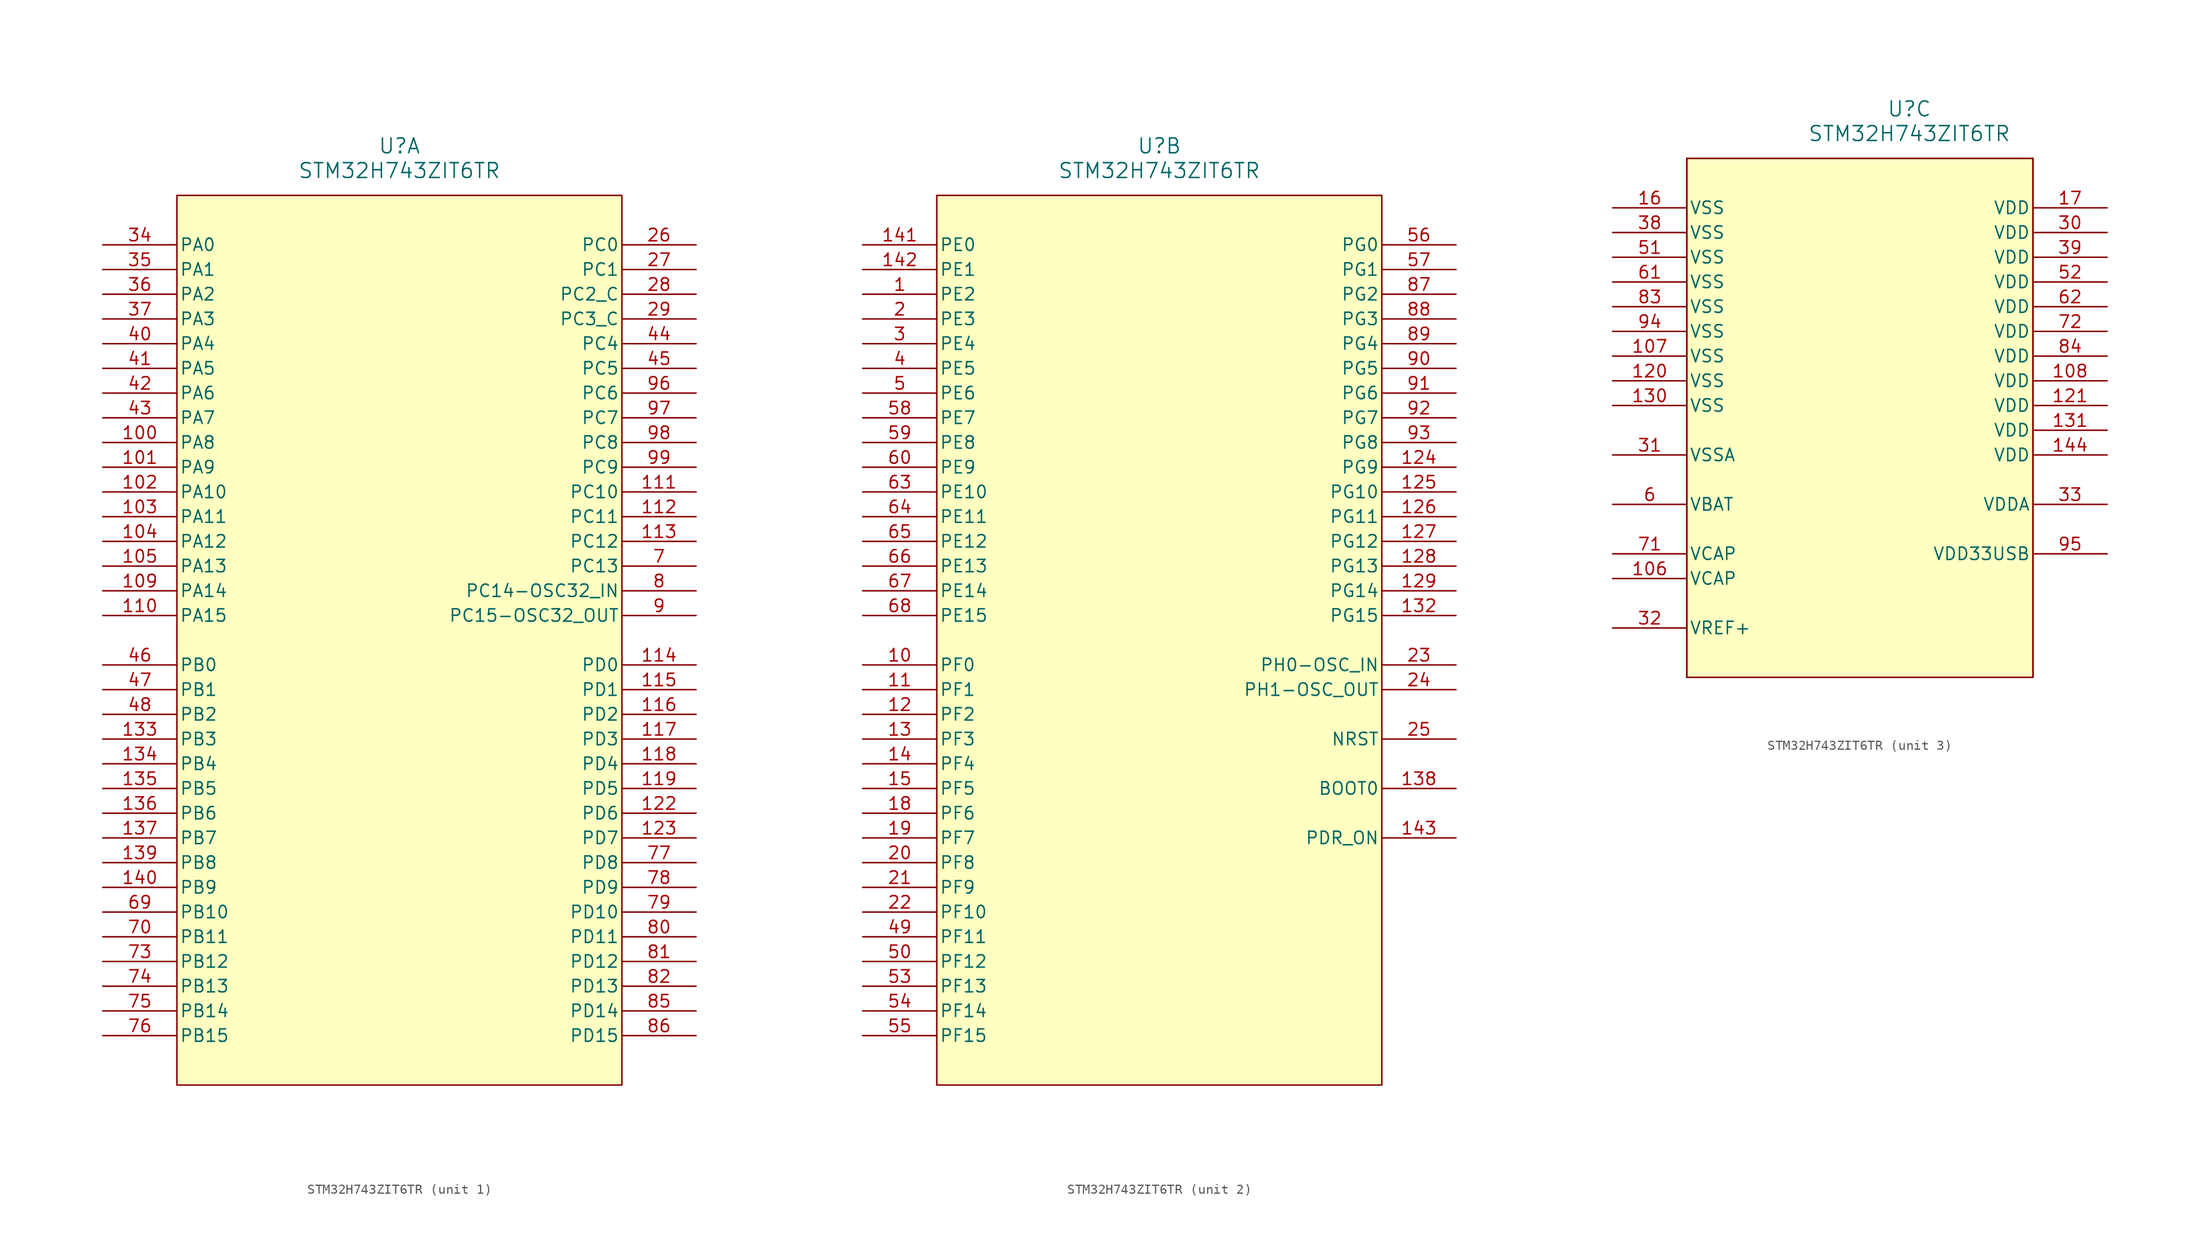
<source format=kicad_sym>
(kicad_symbol_lib
  (version 20241209)
  (generator "kicad_symbol_editor")
  (generator_version "9.0")
  (symbol "STM32H743ZIT6TR"
    (pin_names
      (offset 0.254))
    (property "Reference" "U"
      (at 30.48 10.16 0)
      (effects (font (size 1.524 1.524))))
    (property "Value" "STM32H743ZIT6TR"
      (at 30.48 7.62 0)
      (effects (font (size 1.524 1.524))))
    (property "ki_locked" ""
      (at 0 0 0)
      (effects (font (size 1.27 1.27))))
    (symbol "STM32H743ZIT6TR_1_1"
      (rectangle (start 7.62 5.08) (end 53.34 -86.36) (stroke (width 0) (type solid)) (fill (type background)))
      (pin bidirectional line (at 0 0 0) (length 7.62) (name "PA0" (effects (font (size 1.27 1.27)))) (number "34" (effects (font (size 1.27 1.27)))))
      (pin bidirectional line (at 0 -2.54 0) (length 7.62) (name "PA1" (effects (font (size 1.27 1.27)))) (number "35" (effects (font (size 1.27 1.27)))))
      (pin bidirectional line (at 0 -5.08 0) (length 7.62) (name "PA2" (effects (font (size 1.27 1.27)))) (number "36" (effects (font (size 1.27 1.27)))))
      (pin bidirectional line (at 0 -7.62 0) (length 7.62) (name "PA3" (effects (font (size 1.27 1.27)))) (number "37" (effects (font (size 1.27 1.27)))))
      (pin bidirectional line (at 0 -10.16 0) (length 7.62) (name "PA4" (effects (font (size 1.27 1.27)))) (number "40" (effects (font (size 1.27 1.27)))))
      (pin bidirectional line (at 0 -12.7 0) (length 7.62) (name "PA5" (effects (font (size 1.27 1.27)))) (number "41" (effects (font (size 1.27 1.27)))))
      (pin bidirectional line (at 0 -15.24 0) (length 7.62) (name "PA6" (effects (font (size 1.27 1.27)))) (number "42" (effects (font (size 1.27 1.27)))))
      (pin bidirectional line (at 0 -17.78 0) (length 7.62) (name "PA7" (effects (font (size 1.27 1.27)))) (number "43" (effects (font (size 1.27 1.27)))))
      (pin bidirectional line (at 0 -20.32 0) (length 7.62) (name "PA8" (effects (font (size 1.27 1.27)))) (number "100" (effects (font (size 1.27 1.27)))))
      (pin bidirectional line (at 0 -22.86 0) (length 7.62) (name "PA9" (effects (font (size 1.27 1.27)))) (number "101" (effects (font (size 1.27 1.27)))))
      (pin bidirectional line (at 0 -25.4 0) (length 7.62) (name "PA10" (effects (font (size 1.27 1.27)))) (number "102" (effects (font (size 1.27 1.27)))))
      (pin bidirectional line (at 0 -27.94 0) (length 7.62) (name "PA11" (effects (font (size 1.27 1.27)))) (number "103" (effects (font (size 1.27 1.27)))))
      (pin bidirectional line (at 0 -30.48 0) (length 7.62) (name "PA12" (effects (font (size 1.27 1.27)))) (number "104" (effects (font (size 1.27 1.27)))))
      (pin bidirectional line (at 0 -33.02 0) (length 7.62) (name "PA13" (effects (font (size 1.27 1.27)))) (number "105" (effects (font (size 1.27 1.27)))))
      (pin bidirectional line (at 0 -35.56 0) (length 7.62) (name "PA14" (effects (font (size 1.27 1.27)))) (number "109" (effects (font (size 1.27 1.27)))))
      (pin bidirectional line (at 0 -38.1 0) (length 7.62) (name "PA15" (effects (font (size 1.27 1.27)))) (number "110" (effects (font (size 1.27 1.27)))))
      (pin bidirectional line (at 0 -43.18 0) (length 7.62) (name "PB0" (effects (font (size 1.27 1.27)))) (number "46" (effects (font (size 1.27 1.27)))))
      (pin bidirectional line (at 0 -45.72 0) (length 7.62) (name "PB1" (effects (font (size 1.27 1.27)))) (number "47" (effects (font (size 1.27 1.27)))))
      (pin bidirectional line (at 0 -48.26 0) (length 7.62) (name "PB2" (effects (font (size 1.27 1.27)))) (number "48" (effects (font (size 1.27 1.27)))))
      (pin bidirectional line (at 0 -50.8 0) (length 7.62) (name "PB3" (effects (font (size 1.27 1.27)))) (number "133" (effects (font (size 1.27 1.27)))))
      (pin bidirectional line (at 0 -53.34 0) (length 7.62) (name "PB4" (effects (font (size 1.27 1.27)))) (number "134" (effects (font (size 1.27 1.27)))))
      (pin bidirectional line (at 0 -55.88 0) (length 7.62) (name "PB5" (effects (font (size 1.27 1.27)))) (number "135" (effects (font (size 1.27 1.27)))))
      (pin bidirectional line (at 0 -58.42 0) (length 7.62) (name "PB6" (effects (font (size 1.27 1.27)))) (number "136" (effects (font (size 1.27 1.27)))))
      (pin bidirectional line (at 0 -60.96 0) (length 7.62) (name "PB7" (effects (font (size 1.27 1.27)))) (number "137" (effects (font (size 1.27 1.27)))))
      (pin bidirectional line (at 0 -63.5 0) (length 7.62) (name "PB8" (effects (font (size 1.27 1.27)))) (number "139" (effects (font (size 1.27 1.27)))))
      (pin bidirectional line (at 0 -66.04 0) (length 7.62) (name "PB9" (effects (font (size 1.27 1.27)))) (number "140" (effects (font (size 1.27 1.27)))))
      (pin bidirectional line (at 0 -68.58 0) (length 7.62) (name "PB10" (effects (font (size 1.27 1.27)))) (number "69" (effects (font (size 1.27 1.27)))))
      (pin bidirectional line (at 0 -71.12 0) (length 7.62) (name "PB11" (effects (font (size 1.27 1.27)))) (number "70" (effects (font (size 1.27 1.27)))))
      (pin bidirectional line (at 0 -73.66 0) (length 7.62) (name "PB12" (effects (font (size 1.27 1.27)))) (number "73" (effects (font (size 1.27 1.27)))))
      (pin bidirectional line (at 0 -76.2 0) (length 7.62) (name "PB13" (effects (font (size 1.27 1.27)))) (number "74" (effects (font (size 1.27 1.27)))))
      (pin bidirectional line (at 0 -78.74 0) (length 7.62) (name "PB14" (effects (font (size 1.27 1.27)))) (number "75" (effects (font (size 1.27 1.27)))))
      (pin bidirectional line (at 0 -81.28 0) (length 7.62) (name "PB15" (effects (font (size 1.27 1.27)))) (number "76" (effects (font (size 1.27 1.27)))))
      (pin bidirectional line (at 60.96 0 180) (length 7.62) (name "PC0" (effects (font (size 1.27 1.27)))) (number "26" (effects (font (size 1.27 1.27)))))
      (pin bidirectional line (at 60.96 -2.54 180) (length 7.62) (name "PC1" (effects (font (size 1.27 1.27)))) (number "27" (effects (font (size 1.27 1.27)))))
      (pin bidirectional line (at 60.96 -5.08 180) (length 7.62) (name "PC2_C" (effects (font (size 1.27 1.27)))) (number "28" (effects (font (size 1.27 1.27)))))
      (pin bidirectional line (at 60.96 -7.62 180) (length 7.62) (name "PC3_C" (effects (font (size 1.27 1.27)))) (number "29" (effects (font (size 1.27 1.27)))))
      (pin bidirectional line (at 60.96 -10.16 180) (length 7.62) (name "PC4" (effects (font (size 1.27 1.27)))) (number "44" (effects (font (size 1.27 1.27)))))
      (pin bidirectional line (at 60.96 -12.7 180) (length 7.62) (name "PC5" (effects (font (size 1.27 1.27)))) (number "45" (effects (font (size 1.27 1.27)))))
      (pin bidirectional line (at 60.96 -15.24 180) (length 7.62) (name "PC6" (effects (font (size 1.27 1.27)))) (number "96" (effects (font (size 1.27 1.27)))))
      (pin bidirectional line (at 60.96 -17.78 180) (length 7.62) (name "PC7" (effects (font (size 1.27 1.27)))) (number "97" (effects (font (size 1.27 1.27)))))
      (pin bidirectional line (at 60.96 -20.32 180) (length 7.62) (name "PC8" (effects (font (size 1.27 1.27)))) (number "98" (effects (font (size 1.27 1.27)))))
      (pin bidirectional line (at 60.96 -22.86 180) (length 7.62) (name "PC9" (effects (font (size 1.27 1.27)))) (number "99" (effects (font (size 1.27 1.27)))))
      (pin bidirectional line (at 60.96 -25.4 180) (length 7.62) (name "PC10" (effects (font (size 1.27 1.27)))) (number "111" (effects (font (size 1.27 1.27)))))
      (pin bidirectional line (at 60.96 -27.94 180) (length 7.62) (name "PC11" (effects (font (size 1.27 1.27)))) (number "112" (effects (font (size 1.27 1.27)))))
      (pin bidirectional line (at 60.96 -30.48 180) (length 7.62) (name "PC12" (effects (font (size 1.27 1.27)))) (number "113" (effects (font (size 1.27 1.27)))))
      (pin bidirectional line (at 60.96 -33.02 180) (length 7.62) (name "PC13" (effects (font (size 1.27 1.27)))) (number "7" (effects (font (size 1.27 1.27)))))
      (pin bidirectional line (at 60.96 -35.56 180) (length 7.62) (name "PC14-OSC32_IN" (effects (font (size 1.27 1.27)))) (number "8" (effects (font (size 1.27 1.27)))))
      (pin bidirectional line (at 60.96 -38.1 180) (length 7.62) (name "PC15-OSC32_OUT" (effects (font (size 1.27 1.27)))) (number "9" (effects (font (size 1.27 1.27)))))
      (pin bidirectional line (at 60.96 -43.18 180) (length 7.62) (name "PD0" (effects (font (size 1.27 1.27)))) (number "114" (effects (font (size 1.27 1.27)))))
      (pin bidirectional line (at 60.96 -45.72 180) (length 7.62) (name "PD1" (effects (font (size 1.27 1.27)))) (number "115" (effects (font (size 1.27 1.27)))))
      (pin bidirectional line (at 60.96 -48.26 180) (length 7.62) (name "PD2" (effects (font (size 1.27 1.27)))) (number "116" (effects (font (size 1.27 1.27)))))
      (pin bidirectional line (at 60.96 -50.8 180) (length 7.62) (name "PD3" (effects (font (size 1.27 1.27)))) (number "117" (effects (font (size 1.27 1.27)))))
      (pin bidirectional line (at 60.96 -53.34 180) (length 7.62) (name "PD4" (effects (font (size 1.27 1.27)))) (number "118" (effects (font (size 1.27 1.27)))))
      (pin bidirectional line (at 60.96 -55.88 180) (length 7.62) (name "PD5" (effects (font (size 1.27 1.27)))) (number "119" (effects (font (size 1.27 1.27)))))
      (pin bidirectional line (at 60.96 -58.42 180) (length 7.62) (name "PD6" (effects (font (size 1.27 1.27)))) (number "122" (effects (font (size 1.27 1.27)))))
      (pin bidirectional line (at 60.96 -60.96 180) (length 7.62) (name "PD7" (effects (font (size 1.27 1.27)))) (number "123" (effects (font (size 1.27 1.27)))))
      (pin bidirectional line (at 60.96 -63.5 180) (length 7.62) (name "PD8" (effects (font (size 1.27 1.27)))) (number "77" (effects (font (size 1.27 1.27)))))
      (pin bidirectional line (at 60.96 -66.04 180) (length 7.62) (name "PD9" (effects (font (size 1.27 1.27)))) (number "78" (effects (font (size 1.27 1.27)))))
      (pin bidirectional line (at 60.96 -68.58 180) (length 7.62) (name "PD10" (effects (font (size 1.27 1.27)))) (number "79" (effects (font (size 1.27 1.27)))))
      (pin bidirectional line (at 60.96 -71.12 180) (length 7.62) (name "PD11" (effects (font (size 1.27 1.27)))) (number "80" (effects (font (size 1.27 1.27)))))
      (pin bidirectional line (at 60.96 -73.66 180) (length 7.62) (name "PD12" (effects (font (size 1.27 1.27)))) (number "81" (effects (font (size 1.27 1.27)))))
      (pin bidirectional line (at 60.96 -76.2 180) (length 7.62) (name "PD13" (effects (font (size 1.27 1.27)))) (number "82" (effects (font (size 1.27 1.27)))))
      (pin bidirectional line (at 60.96 -78.74 180) (length 7.62) (name "PD14" (effects (font (size 1.27 1.27)))) (number "85" (effects (font (size 1.27 1.27)))))
      (pin bidirectional line (at 60.96 -81.28 180) (length 7.62) (name "PD15" (effects (font (size 1.27 1.27)))) (number "86" (effects (font (size 1.27 1.27))))))
    (symbol "STM32H743ZIT6TR_2_1"
      (rectangle (start 7.62 5.08) (end 53.34 -86.36) (stroke (width 0) (type solid)) (fill (type background)))
      (pin bidirectional line (at 0 0 0) (length 7.62) (name "PE0" (effects (font (size 1.27 1.27)))) (number "141" (effects (font (size 1.27 1.27)))))
      (pin bidirectional line (at 0 -2.54 0) (length 7.62) (name "PE1" (effects (font (size 1.27 1.27)))) (number "142" (effects (font (size 1.27 1.27)))))
      (pin bidirectional line (at 0 -5.08 0) (length 7.62) (name "PE2" (effects (font (size 1.27 1.27)))) (number "1" (effects (font (size 1.27 1.27)))))
      (pin bidirectional line (at 0 -7.62 0) (length 7.62) (name "PE3" (effects (font (size 1.27 1.27)))) (number "2" (effects (font (size 1.27 1.27)))))
      (pin bidirectional line (at 0 -10.16 0) (length 7.62) (name "PE4" (effects (font (size 1.27 1.27)))) (number "3" (effects (font (size 1.27 1.27)))))
      (pin bidirectional line (at 0 -12.7 0) (length 7.62) (name "PE5" (effects (font (size 1.27 1.27)))) (number "4" (effects (font (size 1.27 1.27)))))
      (pin bidirectional line (at 0 -15.24 0) (length 7.62) (name "PE6" (effects (font (size 1.27 1.27)))) (number "5" (effects (font (size 1.27 1.27)))))
      (pin bidirectional line (at 0 -17.78 0) (length 7.62) (name "PE7" (effects (font (size 1.27 1.27)))) (number "58" (effects (font (size 1.27 1.27)))))
      (pin bidirectional line (at 0 -20.32 0) (length 7.62) (name "PE8" (effects (font (size 1.27 1.27)))) (number "59" (effects (font (size 1.27 1.27)))))
      (pin bidirectional line (at 0 -22.86 0) (length 7.62) (name "PE9" (effects (font (size 1.27 1.27)))) (number "60" (effects (font (size 1.27 1.27)))))
      (pin bidirectional line (at 0 -25.4 0) (length 7.62) (name "PE10" (effects (font (size 1.27 1.27)))) (number "63" (effects (font (size 1.27 1.27)))))
      (pin bidirectional line (at 0 -27.94 0) (length 7.62) (name "PE11" (effects (font (size 1.27 1.27)))) (number "64" (effects (font (size 1.27 1.27)))))
      (pin bidirectional line (at 0 -30.48 0) (length 7.62) (name "PE12" (effects (font (size 1.27 1.27)))) (number "65" (effects (font (size 1.27 1.27)))))
      (pin bidirectional line (at 0 -33.02 0) (length 7.62) (name "PE13" (effects (font (size 1.27 1.27)))) (number "66" (effects (font (size 1.27 1.27)))))
      (pin bidirectional line (at 0 -35.56 0) (length 7.62) (name "PE14" (effects (font (size 1.27 1.27)))) (number "67" (effects (font (size 1.27 1.27)))))
      (pin bidirectional line (at 0 -38.1 0) (length 7.62) (name "PE15" (effects (font (size 1.27 1.27)))) (number "68" (effects (font (size 1.27 1.27)))))
      (pin bidirectional line (at 0 -43.18 0) (length 7.62) (name "PF0" (effects (font (size 1.27 1.27)))) (number "10" (effects (font (size 1.27 1.27)))))
      (pin bidirectional line (at 0 -45.72 0) (length 7.62) (name "PF1" (effects (font (size 1.27 1.27)))) (number "11" (effects (font (size 1.27 1.27)))))
      (pin bidirectional line (at 0 -48.26 0) (length 7.62) (name "PF2" (effects (font (size 1.27 1.27)))) (number "12" (effects (font (size 1.27 1.27)))))
      (pin bidirectional line (at 0 -50.8 0) (length 7.62) (name "PF3" (effects (font (size 1.27 1.27)))) (number "13" (effects (font (size 1.27 1.27)))))
      (pin bidirectional line (at 0 -53.34 0) (length 7.62) (name "PF4" (effects (font (size 1.27 1.27)))) (number "14" (effects (font (size 1.27 1.27)))))
      (pin bidirectional line (at 0 -55.88 0) (length 7.62) (name "PF5" (effects (font (size 1.27 1.27)))) (number "15" (effects (font (size 1.27 1.27)))))
      (pin bidirectional line (at 0 -58.42 0) (length 7.62) (name "PF6" (effects (font (size 1.27 1.27)))) (number "18" (effects (font (size 1.27 1.27)))))
      (pin bidirectional line (at 0 -60.96 0) (length 7.62) (name "PF7" (effects (font (size 1.27 1.27)))) (number "19" (effects (font (size 1.27 1.27)))))
      (pin bidirectional line (at 0 -63.5 0) (length 7.62) (name "PF8" (effects (font (size 1.27 1.27)))) (number "20" (effects (font (size 1.27 1.27)))))
      (pin bidirectional line (at 0 -66.04 0) (length 7.62) (name "PF9" (effects (font (size 1.27 1.27)))) (number "21" (effects (font (size 1.27 1.27)))))
      (pin bidirectional line (at 0 -68.58 0) (length 7.62) (name "PF10" (effects (font (size 1.27 1.27)))) (number "22" (effects (font (size 1.27 1.27)))))
      (pin bidirectional line (at 0 -71.12 0) (length 7.62) (name "PF11" (effects (font (size 1.27 1.27)))) (number "49" (effects (font (size 1.27 1.27)))))
      (pin bidirectional line (at 0 -73.66 0) (length 7.62) (name "PF12" (effects (font (size 1.27 1.27)))) (number "50" (effects (font (size 1.27 1.27)))))
      (pin bidirectional line (at 0 -76.2 0) (length 7.62) (name "PF13" (effects (font (size 1.27 1.27)))) (number "53" (effects (font (size 1.27 1.27)))))
      (pin bidirectional line (at 0 -78.74 0) (length 7.62) (name "PF14" (effects (font (size 1.27 1.27)))) (number "54" (effects (font (size 1.27 1.27)))))
      (pin bidirectional line (at 0 -81.28 0) (length 7.62) (name "PF15" (effects (font (size 1.27 1.27)))) (number "55" (effects (font (size 1.27 1.27)))))
      (pin bidirectional line (at 60.96 0 180) (length 7.62) (name "PG0" (effects (font (size 1.27 1.27)))) (number "56" (effects (font (size 1.27 1.27)))))
      (pin bidirectional line (at 60.96 -2.54 180) (length 7.62) (name "PG1" (effects (font (size 1.27 1.27)))) (number "57" (effects (font (size 1.27 1.27)))))
      (pin bidirectional line (at 60.96 -5.08 180) (length 7.62) (name "PG2" (effects (font (size 1.27 1.27)))) (number "87" (effects (font (size 1.27 1.27)))))
      (pin bidirectional line (at 60.96 -7.62 180) (length 7.62) (name "PG3" (effects (font (size 1.27 1.27)))) (number "88" (effects (font (size 1.27 1.27)))))
      (pin bidirectional line (at 60.96 -10.16 180) (length 7.62) (name "PG4" (effects (font (size 1.27 1.27)))) (number "89" (effects (font (size 1.27 1.27)))))
      (pin bidirectional line (at 60.96 -12.7 180) (length 7.62) (name "PG5" (effects (font (size 1.27 1.27)))) (number "90" (effects (font (size 1.27 1.27)))))
      (pin bidirectional line (at 60.96 -15.24 180) (length 7.62) (name "PG6" (effects (font (size 1.27 1.27)))) (number "91" (effects (font (size 1.27 1.27)))))
      (pin bidirectional line (at 60.96 -17.78 180) (length 7.62) (name "PG7" (effects (font (size 1.27 1.27)))) (number "92" (effects (font (size 1.27 1.27)))))
      (pin bidirectional line (at 60.96 -20.32 180) (length 7.62) (name "PG8" (effects (font (size 1.27 1.27)))) (number "93" (effects (font (size 1.27 1.27)))))
      (pin bidirectional line (at 60.96 -22.86 180) (length 7.62) (name "PG9" (effects (font (size 1.27 1.27)))) (number "124" (effects (font (size 1.27 1.27)))))
      (pin bidirectional line (at 60.96 -25.4 180) (length 7.62) (name "PG10" (effects (font (size 1.27 1.27)))) (number "125" (effects (font (size 1.27 1.27)))))
      (pin bidirectional line (at 60.96 -27.94 180) (length 7.62) (name "PG11" (effects (font (size 1.27 1.27)))) (number "126" (effects (font (size 1.27 1.27)))))
      (pin bidirectional line (at 60.96 -30.48 180) (length 7.62) (name "PG12" (effects (font (size 1.27 1.27)))) (number "127" (effects (font (size 1.27 1.27)))))
      (pin bidirectional line (at 60.96 -33.02 180) (length 7.62) (name "PG13" (effects (font (size 1.27 1.27)))) (number "128" (effects (font (size 1.27 1.27)))))
      (pin bidirectional line (at 60.96 -35.56 180) (length 7.62) (name "PG14" (effects (font (size 1.27 1.27)))) (number "129" (effects (font (size 1.27 1.27)))))
      (pin bidirectional line (at 60.96 -38.1 180) (length 7.62) (name "PG15" (effects (font (size 1.27 1.27)))) (number "132" (effects (font (size 1.27 1.27)))))
      (pin bidirectional line (at 60.96 -43.18 180) (length 7.62) (name "PH0-OSC_IN" (effects (font (size 1.27 1.27)))) (number "23" (effects (font (size 1.27 1.27)))))
      (pin bidirectional line (at 60.96 -45.72 180) (length 7.62) (name "PH1-OSC_OUT" (effects (font (size 1.27 1.27)))) (number "24" (effects (font (size 1.27 1.27)))))
      (pin bidirectional line (at 60.96 -50.8 180) (length 7.62) (name "NRST" (effects (font (size 1.27 1.27)))) (number "25" (effects (font (size 1.27 1.27)))))
      (pin input line (at 60.96 -55.88 180) (length 7.62) (name "BOOT0" (effects (font (size 1.27 1.27)))) (number "138" (effects (font (size 1.27 1.27)))))
      (pin bidirectional line (at 60.96 -60.96 180) (length 7.62) (name "PDR_ON" (effects (font (size 1.27 1.27)))) (number "143" (effects (font (size 1.27 1.27))))))
    (symbol "STM32H743ZIT6TR_3_1"
      (polyline (pts (xy 7.62 5.08) (xy 7.62 -48.26)) (stroke (width 0.127) (type default)) (fill (type none)))
      (rectangle (start 7.62 5.08) (end 43.18 -48.26) (stroke (width 0) (type solid)) (fill (type background)))
      (polyline (pts (xy 7.62 -48.26) (xy 43.18 -48.26)) (stroke (width 0.127) (type default)) (fill (type none)))
      (polyline (pts (xy 43.18 5.08) (xy 7.62 5.08)) (stroke (width 0.127) (type default)) (fill (type none)))
      (polyline (pts (xy 43.18 -48.26) (xy 43.18 5.08)) (stroke (width 0.127) (type default)) (fill (type none)))
      (pin power_in line (at 0 0 0) (length 7.62) (name "VSS" (effects (font (size 1.27 1.27)))) (number "16" (effects (font (size 1.27 1.27)))))
      (pin power_in line (at 0 -2.54 0) (length 7.62) (name "VSS" (effects (font (size 1.27 1.27)))) (number "38" (effects (font (size 1.27 1.27)))))
      (pin power_in line (at 0 -5.08 0) (length 7.62) (name "VSS" (effects (font (size 1.27 1.27)))) (number "51" (effects (font (size 1.27 1.27)))))
      (pin power_in line (at 0 -7.62 0) (length 7.62) (name "VSS" (effects (font (size 1.27 1.27)))) (number "61" (effects (font (size 1.27 1.27)))))
      (pin power_in line (at 0 -10.16 0) (length 7.62) (name "VSS" (effects (font (size 1.27 1.27)))) (number "83" (effects (font (size 1.27 1.27)))))
      (pin power_in line (at 0 -12.7 0) (length 7.62) (name "VSS" (effects (font (size 1.27 1.27)))) (number "94" (effects (font (size 1.27 1.27)))))
      (pin power_in line (at 0 -15.24 0) (length 7.62) (name "VSS" (effects (font (size 1.27 1.27)))) (number "107" (effects (font (size 1.27 1.27)))))
      (pin power_in line (at 0 -17.78 0) (length 7.62) (name "VSS" (effects (font (size 1.27 1.27)))) (number "120" (effects (font (size 1.27 1.27)))))
      (pin power_in line (at 0 -20.32 0) (length 7.62) (name "VSS" (effects (font (size 1.27 1.27)))) (number "130" (effects (font (size 1.27 1.27)))))
      (pin power_in line (at 0 -25.4 0) (length 7.62) (name "VSSA" (effects (font (size 1.27 1.27)))) (number "31" (effects (font (size 1.27 1.27)))))
      (pin power_in line (at 0 -30.48 0) (length 7.62) (name "VBAT" (effects (font (size 1.27 1.27)))) (number "6" (effects (font (size 1.27 1.27)))))
      (pin power_in line (at 0 -35.56 0) (length 7.62) (name "VCAP" (effects (font (size 1.27 1.27)))) (number "71" (effects (font (size 1.27 1.27)))))
      (pin power_in line (at 0 -38.1 0) (length 7.62) (name "VCAP" (effects (font (size 1.27 1.27)))) (number "106" (effects (font (size 1.27 1.27)))))
      (pin power_in line (at 0 -43.18 0) (length 7.62) (name "VREF+" (effects (font (size 1.27 1.27)))) (number "32" (effects (font (size 1.27 1.27)))))
      (pin power_in line (at 50.8 0 180) (length 7.62) (name "VDD" (effects (font (size 1.27 1.27)))) (number "17" (effects (font (size 1.27 1.27)))))
      (pin power_in line (at 50.8 -2.54 180) (length 7.62) (name "VDD" (effects (font (size 1.27 1.27)))) (number "30" (effects (font (size 1.27 1.27)))))
      (pin power_in line (at 50.8 -5.08 180) (length 7.62) (name "VDD" (effects (font (size 1.27 1.27)))) (number "39" (effects (font (size 1.27 1.27)))))
      (pin power_in line (at 50.8 -7.62 180) (length 7.62) (name "VDD" (effects (font (size 1.27 1.27)))) (number "52" (effects (font (size 1.27 1.27)))))
      (pin power_in line (at 50.8 -10.16 180) (length 7.62) (name "VDD" (effects (font (size 1.27 1.27)))) (number "62" (effects (font (size 1.27 1.27)))))
      (pin power_in line (at 50.8 -12.7 180) (length 7.62) (name "VDD" (effects (font (size 1.27 1.27)))) (number "72" (effects (font (size 1.27 1.27)))))
      (pin power_in line (at 50.8 -15.24 180) (length 7.62) (name "VDD" (effects (font (size 1.27 1.27)))) (number "84" (effects (font (size 1.27 1.27)))))
      (pin power_in line (at 50.8 -17.78 180) (length 7.62) (name "VDD" (effects (font (size 1.27 1.27)))) (number "108" (effects (font (size 1.27 1.27)))))
      (pin power_in line (at 50.8 -20.32 180) (length 7.62) (name "VDD" (effects (font (size 1.27 1.27)))) (number "121" (effects (font (size 1.27 1.27)))))
      (pin power_in line (at 50.8 -22.86 180) (length 7.62) (name "VDD" (effects (font (size 1.27 1.27)))) (number "131" (effects (font (size 1.27 1.27)))))
      (pin power_in line (at 50.8 -25.4 180) (length 7.62) (name "VDD" (effects (font (size 1.27 1.27)))) (number "144" (effects (font (size 1.27 1.27)))))
      (pin power_in line (at 50.8 -30.48 180) (length 7.62) (name "VDDA" (effects (font (size 1.27 1.27)))) (number "33" (effects (font (size 1.27 1.27)))))
      (pin power_in line (at 50.8 -35.56 180) (length 7.62) (name "VDD33USB" (effects (font (size 1.27 1.27)))) (number "95" (effects (font (size 1.27 1.27))))))))
</source>
